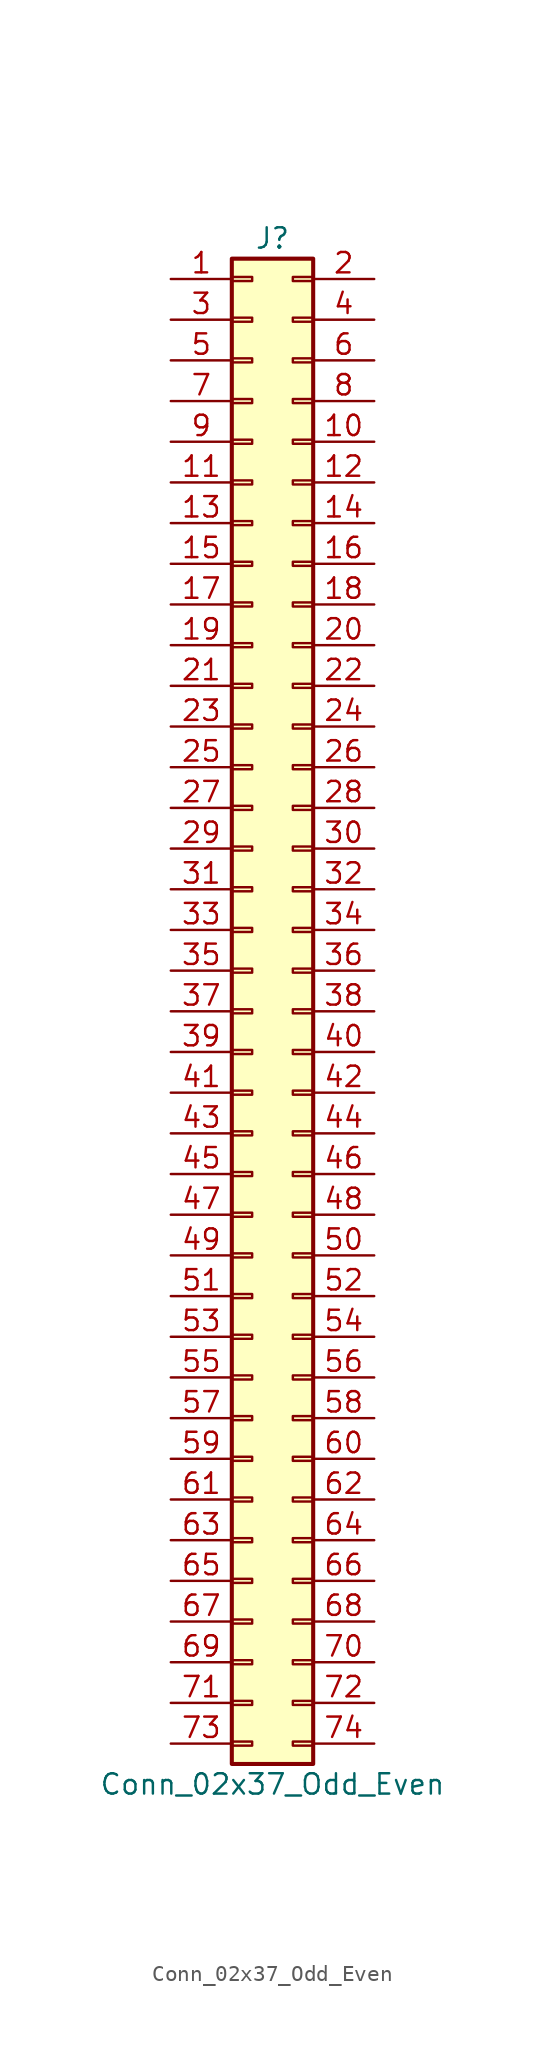
<source format=kicad_sym>
(kicad_symbol_lib
  (version 20220914)
  (generator kicad_symbol_editor)
  (symbol "Conn_02x37_Odd_Even"
    (pin_names
      (offset 1.016) hide)
    (property "Reference" "J"
      (at 1.27 48.26 0)
      (effects (font (size 1.27 1.27))))
    (property "Value" "Conn_02x37_Odd_Even"
      (at 1.27 -48.26 0)
      (effects (font (size 1.27 1.27))))
    (symbol "Conn_02x37_Odd_Even_1_1"
      (rectangle (start -1.27 -45.593) (end 0 -45.847) (stroke (width 0.152) (type default)) (fill (type none)))
      (rectangle (start -1.27 -43.053) (end 0 -43.307) (stroke (width 0.152) (type default)) (fill (type none)))
      (rectangle (start -1.27 -40.513) (end 0 -40.767) (stroke (width 0.152) (type default)) (fill (type none)))
      (rectangle (start -1.27 -37.973) (end 0 -38.227) (stroke (width 0.152) (type default)) (fill (type none)))
      (rectangle (start -1.27 -35.433) (end 0 -35.687) (stroke (width 0.152) (type default)) (fill (type none)))
      (rectangle (start -1.27 -32.893) (end 0 -33.147) (stroke (width 0.152) (type default)) (fill (type none)))
      (rectangle (start -1.27 -30.353) (end 0 -30.607) (stroke (width 0.152) (type default)) (fill (type none)))
      (rectangle (start -1.27 -27.813) (end 0 -28.067) (stroke (width 0.152) (type default)) (fill (type none)))
      (rectangle (start -1.27 -25.273) (end 0 -25.527) (stroke (width 0.152) (type default)) (fill (type none)))
      (rectangle (start -1.27 -22.733) (end 0 -22.987) (stroke (width 0.152) (type default)) (fill (type none)))
      (rectangle (start -1.27 -20.193) (end 0 -20.447) (stroke (width 0.152) (type default)) (fill (type none)))
      (rectangle (start -1.27 -17.653) (end 0 -17.907) (stroke (width 0.152) (type default)) (fill (type none)))
      (rectangle (start -1.27 -15.113) (end 0 -15.367) (stroke (width 0.152) (type default)) (fill (type none)))
      (rectangle (start -1.27 -12.573) (end 0 -12.827) (stroke (width 0.152) (type default)) (fill (type none)))
      (rectangle (start -1.27 -10.033) (end 0 -10.287) (stroke (width 0.152) (type default)) (fill (type none)))
      (rectangle (start -1.27 -7.493) (end 0 -7.747) (stroke (width 0.152) (type default)) (fill (type none)))
      (rectangle (start -1.27 -4.953) (end 0 -5.207) (stroke (width 0.152) (type default)) (fill (type none)))
      (rectangle (start -1.27 -2.413) (end 0 -2.667) (stroke (width 0.152) (type default)) (fill (type none)))
      (rectangle (start -1.27 0.127) (end 0 -0.127) (stroke (width 0.152) (type default)) (fill (type none)))
      (rectangle (start -1.27 2.667) (end 0 2.413) (stroke (width 0.152) (type default)) (fill (type none)))
      (rectangle (start -1.27 5.207) (end 0 4.953) (stroke (width 0.152) (type default)) (fill (type none)))
      (rectangle (start -1.27 7.747) (end 0 7.493) (stroke (width 0.152) (type default)) (fill (type none)))
      (rectangle (start -1.27 10.287) (end 0 10.033) (stroke (width 0.152) (type default)) (fill (type none)))
      (rectangle (start -1.27 12.827) (end 0 12.573) (stroke (width 0.152) (type default)) (fill (type none)))
      (rectangle (start -1.27 15.367) (end 0 15.113) (stroke (width 0.152) (type default)) (fill (type none)))
      (rectangle (start -1.27 17.907) (end 0 17.653) (stroke (width 0.152) (type default)) (fill (type none)))
      (rectangle (start -1.27 20.447) (end 0 20.193) (stroke (width 0.152) (type default)) (fill (type none)))
      (rectangle (start -1.27 22.987) (end 0 22.733) (stroke (width 0.152) (type default)) (fill (type none)))
      (rectangle (start -1.27 25.527) (end 0 25.273) (stroke (width 0.152) (type default)) (fill (type none)))
      (rectangle (start -1.27 28.067) (end 0 27.813) (stroke (width 0.152) (type default)) (fill (type none)))
      (rectangle (start -1.27 30.607) (end 0 30.353) (stroke (width 0.152) (type default)) (fill (type none)))
      (rectangle (start -1.27 33.147) (end 0 32.893) (stroke (width 0.152) (type default)) (fill (type none)))
      (rectangle (start -1.27 35.687) (end 0 35.433) (stroke (width 0.152) (type default)) (fill (type none)))
      (rectangle (start -1.27 38.227) (end 0 37.973) (stroke (width 0.152) (type default)) (fill (type none)))
      (rectangle (start -1.27 40.767) (end 0 40.513) (stroke (width 0.152) (type default)) (fill (type none)))
      (rectangle (start -1.27 43.307) (end 0 43.053) (stroke (width 0.152) (type default)) (fill (type none)))
      (rectangle (start -1.27 45.847) (end 0 45.593) (stroke (width 0.152) (type default)) (fill (type none)))
      (rectangle (start -1.27 46.99) (end 3.81 -46.99) (stroke (width 0.254) (type default)) (fill (type background)))
      (rectangle (start 3.81 -45.593) (end 2.54 -45.847) (stroke (width 0.152) (type default)) (fill (type none)))
      (rectangle (start 3.81 -43.053) (end 2.54 -43.307) (stroke (width 0.152) (type default)) (fill (type none)))
      (rectangle (start 3.81 -40.513) (end 2.54 -40.767) (stroke (width 0.152) (type default)) (fill (type none)))
      (rectangle (start 3.81 -37.973) (end 2.54 -38.227) (stroke (width 0.152) (type default)) (fill (type none)))
      (rectangle (start 3.81 -35.433) (end 2.54 -35.687) (stroke (width 0.152) (type default)) (fill (type none)))
      (rectangle (start 3.81 -32.893) (end 2.54 -33.147) (stroke (width 0.152) (type default)) (fill (type none)))
      (rectangle (start 3.81 -30.353) (end 2.54 -30.607) (stroke (width 0.152) (type default)) (fill (type none)))
      (rectangle (start 3.81 -27.813) (end 2.54 -28.067) (stroke (width 0.152) (type default)) (fill (type none)))
      (rectangle (start 3.81 -25.273) (end 2.54 -25.527) (stroke (width 0.152) (type default)) (fill (type none)))
      (rectangle (start 3.81 -22.733) (end 2.54 -22.987) (stroke (width 0.152) (type default)) (fill (type none)))
      (rectangle (start 3.81 -20.193) (end 2.54 -20.447) (stroke (width 0.152) (type default)) (fill (type none)))
      (rectangle (start 3.81 -17.653) (end 2.54 -17.907) (stroke (width 0.152) (type default)) (fill (type none)))
      (rectangle (start 3.81 -15.113) (end 2.54 -15.367) (stroke (width 0.152) (type default)) (fill (type none)))
      (rectangle (start 3.81 -12.573) (end 2.54 -12.827) (stroke (width 0.152) (type default)) (fill (type none)))
      (rectangle (start 3.81 -10.033) (end 2.54 -10.287) (stroke (width 0.152) (type default)) (fill (type none)))
      (rectangle (start 3.81 -7.493) (end 2.54 -7.747) (stroke (width 0.152) (type default)) (fill (type none)))
      (rectangle (start 3.81 -4.953) (end 2.54 -5.207) (stroke (width 0.152) (type default)) (fill (type none)))
      (rectangle (start 3.81 -2.413) (end 2.54 -2.667) (stroke (width 0.152) (type default)) (fill (type none)))
      (rectangle (start 3.81 0.127) (end 2.54 -0.127) (stroke (width 0.152) (type default)) (fill (type none)))
      (rectangle (start 3.81 2.667) (end 2.54 2.413) (stroke (width 0.152) (type default)) (fill (type none)))
      (rectangle (start 3.81 5.207) (end 2.54 4.953) (stroke (width 0.152) (type default)) (fill (type none)))
      (rectangle (start 3.81 7.747) (end 2.54 7.493) (stroke (width 0.152) (type default)) (fill (type none)))
      (rectangle (start 3.81 10.287) (end 2.54 10.033) (stroke (width 0.152) (type default)) (fill (type none)))
      (rectangle (start 3.81 12.827) (end 2.54 12.573) (stroke (width 0.152) (type default)) (fill (type none)))
      (rectangle (start 3.81 15.367) (end 2.54 15.113) (stroke (width 0.152) (type default)) (fill (type none)))
      (rectangle (start 3.81 17.907) (end 2.54 17.653) (stroke (width 0.152) (type default)) (fill (type none)))
      (rectangle (start 3.81 20.447) (end 2.54 20.193) (stroke (width 0.152) (type default)) (fill (type none)))
      (rectangle (start 3.81 22.987) (end 2.54 22.733) (stroke (width 0.152) (type default)) (fill (type none)))
      (rectangle (start 3.81 25.527) (end 2.54 25.273) (stroke (width 0.152) (type default)) (fill (type none)))
      (rectangle (start 3.81 28.067) (end 2.54 27.813) (stroke (width 0.152) (type default)) (fill (type none)))
      (rectangle (start 3.81 30.607) (end 2.54 30.353) (stroke (width 0.152) (type default)) (fill (type none)))
      (rectangle (start 3.81 33.147) (end 2.54 32.893) (stroke (width 0.152) (type default)) (fill (type none)))
      (rectangle (start 3.81 35.687) (end 2.54 35.433) (stroke (width 0.152) (type default)) (fill (type none)))
      (rectangle (start 3.81 38.227) (end 2.54 37.973) (stroke (width 0.152) (type default)) (fill (type none)))
      (rectangle (start 3.81 40.767) (end 2.54 40.513) (stroke (width 0.152) (type default)) (fill (type none)))
      (rectangle (start 3.81 43.307) (end 2.54 43.053) (stroke (width 0.152) (type default)) (fill (type none)))
      (rectangle (start 3.81 45.847) (end 2.54 45.593) (stroke (width 0.152) (type default)) (fill (type none)))
      (pin passive line (at -5.08 45.72 0) (length 3.81) (name "Pin_1" (effects (font (size 1.27 1.27)))) (number "1" (effects (font (size 1.27 1.27)))))
      (pin passive line (at 7.62 35.56 180) (length 3.81) (name "Pin_10" (effects (font (size 1.27 1.27)))) (number "10" (effects (font (size 1.27 1.27)))))
      (pin passive line (at -5.08 33.02 0) (length 3.81) (name "Pin_11" (effects (font (size 1.27 1.27)))) (number "11" (effects (font (size 1.27 1.27)))))
      (pin passive line (at 7.62 33.02 180) (length 3.81) (name "Pin_12" (effects (font (size 1.27 1.27)))) (number "12" (effects (font (size 1.27 1.27)))))
      (pin passive line (at -5.08 30.48 0) (length 3.81) (name "Pin_13" (effects (font (size 1.27 1.27)))) (number "13" (effects (font (size 1.27 1.27)))))
      (pin passive line (at 7.62 30.48 180) (length 3.81) (name "Pin_14" (effects (font (size 1.27 1.27)))) (number "14" (effects (font (size 1.27 1.27)))))
      (pin passive line (at -5.08 27.94 0) (length 3.81) (name "Pin_15" (effects (font (size 1.27 1.27)))) (number "15" (effects (font (size 1.27 1.27)))))
      (pin passive line (at 7.62 27.94 180) (length 3.81) (name "Pin_16" (effects (font (size 1.27 1.27)))) (number "16" (effects (font (size 1.27 1.27)))))
      (pin passive line (at -5.08 25.4 0) (length 3.81) (name "Pin_17" (effects (font (size 1.27 1.27)))) (number "17" (effects (font (size 1.27 1.27)))))
      (pin passive line (at 7.62 25.4 180) (length 3.81) (name "Pin_18" (effects (font (size 1.27 1.27)))) (number "18" (effects (font (size 1.27 1.27)))))
      (pin passive line (at -5.08 22.86 0) (length 3.81) (name "Pin_19" (effects (font (size 1.27 1.27)))) (number "19" (effects (font (size 1.27 1.27)))))
      (pin passive line (at 7.62 45.72 180) (length 3.81) (name "Pin_2" (effects (font (size 1.27 1.27)))) (number "2" (effects (font (size 1.27 1.27)))))
      (pin passive line (at 7.62 22.86 180) (length 3.81) (name "Pin_20" (effects (font (size 1.27 1.27)))) (number "20" (effects (font (size 1.27 1.27)))))
      (pin passive line (at -5.08 20.32 0) (length 3.81) (name "Pin_21" (effects (font (size 1.27 1.27)))) (number "21" (effects (font (size 1.27 1.27)))))
      (pin passive line (at 7.62 20.32 180) (length 3.81) (name "Pin_22" (effects (font (size 1.27 1.27)))) (number "22" (effects (font (size 1.27 1.27)))))
      (pin passive line (at -5.08 17.78 0) (length 3.81) (name "Pin_23" (effects (font (size 1.27 1.27)))) (number "23" (effects (font (size 1.27 1.27)))))
      (pin passive line (at 7.62 17.78 180) (length 3.81) (name "Pin_24" (effects (font (size 1.27 1.27)))) (number "24" (effects (font (size 1.27 1.27)))))
      (pin passive line (at -5.08 15.24 0) (length 3.81) (name "Pin_25" (effects (font (size 1.27 1.27)))) (number "25" (effects (font (size 1.27 1.27)))))
      (pin passive line (at 7.62 15.24 180) (length 3.81) (name "Pin_26" (effects (font (size 1.27 1.27)))) (number "26" (effects (font (size 1.27 1.27)))))
      (pin passive line (at -5.08 12.7 0) (length 3.81) (name "Pin_27" (effects (font (size 1.27 1.27)))) (number "27" (effects (font (size 1.27 1.27)))))
      (pin passive line (at 7.62 12.7 180) (length 3.81) (name "Pin_28" (effects (font (size 1.27 1.27)))) (number "28" (effects (font (size 1.27 1.27)))))
      (pin passive line (at -5.08 10.16 0) (length 3.81) (name "Pin_29" (effects (font (size 1.27 1.27)))) (number "29" (effects (font (size 1.27 1.27)))))
      (pin passive line (at -5.08 43.18 0) (length 3.81) (name "Pin_3" (effects (font (size 1.27 1.27)))) (number "3" (effects (font (size 1.27 1.27)))))
      (pin passive line (at 7.62 10.16 180) (length 3.81) (name "Pin_30" (effects (font (size 1.27 1.27)))) (number "30" (effects (font (size 1.27 1.27)))))
      (pin passive line (at -5.08 7.62 0) (length 3.81) (name "Pin_31" (effects (font (size 1.27 1.27)))) (number "31" (effects (font (size 1.27 1.27)))))
      (pin passive line (at 7.62 7.62 180) (length 3.81) (name "Pin_32" (effects (font (size 1.27 1.27)))) (number "32" (effects (font (size 1.27 1.27)))))
      (pin passive line (at -5.08 5.08 0) (length 3.81) (name "Pin_33" (effects (font (size 1.27 1.27)))) (number "33" (effects (font (size 1.27 1.27)))))
      (pin passive line (at 7.62 5.08 180) (length 3.81) (name "Pin_34" (effects (font (size 1.27 1.27)))) (number "34" (effects (font (size 1.27 1.27)))))
      (pin passive line (at -5.08 2.54 0) (length 3.81) (name "Pin_35" (effects (font (size 1.27 1.27)))) (number "35" (effects (font (size 1.27 1.27)))))
      (pin passive line (at 7.62 2.54 180) (length 3.81) (name "Pin_36" (effects (font (size 1.27 1.27)))) (number "36" (effects (font (size 1.27 1.27)))))
      (pin passive line (at -5.08 0 0) (length 3.81) (name "Pin_37" (effects (font (size 1.27 1.27)))) (number "37" (effects (font (size 1.27 1.27)))))
      (pin passive line (at 7.62 0 180) (length 3.81) (name "Pin_38" (effects (font (size 1.27 1.27)))) (number "38" (effects (font (size 1.27 1.27)))))
      (pin passive line (at -5.08 -2.54 0) (length 3.81) (name "Pin_39" (effects (font (size 1.27 1.27)))) (number "39" (effects (font (size 1.27 1.27)))))
      (pin passive line (at 7.62 43.18 180) (length 3.81) (name "Pin_4" (effects (font (size 1.27 1.27)))) (number "4" (effects (font (size 1.27 1.27)))))
      (pin passive line (at 7.62 -2.54 180) (length 3.81) (name "Pin_40" (effects (font (size 1.27 1.27)))) (number "40" (effects (font (size 1.27 1.27)))))
      (pin passive line (at -5.08 -5.08 0) (length 3.81) (name "Pin_41" (effects (font (size 1.27 1.27)))) (number "41" (effects (font (size 1.27 1.27)))))
      (pin passive line (at 7.62 -5.08 180) (length 3.81) (name "Pin_42" (effects (font (size 1.27 1.27)))) (number "42" (effects (font (size 1.27 1.27)))))
      (pin passive line (at -5.08 -7.62 0) (length 3.81) (name "Pin_43" (effects (font (size 1.27 1.27)))) (number "43" (effects (font (size 1.27 1.27)))))
      (pin passive line (at 7.62 -7.62 180) (length 3.81) (name "Pin_44" (effects (font (size 1.27 1.27)))) (number "44" (effects (font (size 1.27 1.27)))))
      (pin passive line (at -5.08 -10.16 0) (length 3.81) (name "Pin_45" (effects (font (size 1.27 1.27)))) (number "45" (effects (font (size 1.27 1.27)))))
      (pin passive line (at 7.62 -10.16 180) (length 3.81) (name "Pin_46" (effects (font (size 1.27 1.27)))) (number "46" (effects (font (size 1.27 1.27)))))
      (pin passive line (at -5.08 -12.7 0) (length 3.81) (name "Pin_47" (effects (font (size 1.27 1.27)))) (number "47" (effects (font (size 1.27 1.27)))))
      (pin passive line (at 7.62 -12.7 180) (length 3.81) (name "Pin_48" (effects (font (size 1.27 1.27)))) (number "48" (effects (font (size 1.27 1.27)))))
      (pin passive line (at -5.08 -15.24 0) (length 3.81) (name "Pin_49" (effects (font (size 1.27 1.27)))) (number "49" (effects (font (size 1.27 1.27)))))
      (pin passive line (at -5.08 40.64 0) (length 3.81) (name "Pin_5" (effects (font (size 1.27 1.27)))) (number "5" (effects (font (size 1.27 1.27)))))
      (pin passive line (at 7.62 -15.24 180) (length 3.81) (name "Pin_50" (effects (font (size 1.27 1.27)))) (number "50" (effects (font (size 1.27 1.27)))))
      (pin passive line (at -5.08 -17.78 0) (length 3.81) (name "Pin_51" (effects (font (size 1.27 1.27)))) (number "51" (effects (font (size 1.27 1.27)))))
      (pin passive line (at 7.62 -17.78 180) (length 3.81) (name "Pin_52" (effects (font (size 1.27 1.27)))) (number "52" (effects (font (size 1.27 1.27)))))
      (pin passive line (at -5.08 -20.32 0) (length 3.81) (name "Pin_53" (effects (font (size 1.27 1.27)))) (number "53" (effects (font (size 1.27 1.27)))))
      (pin passive line (at 7.62 -20.32 180) (length 3.81) (name "Pin_54" (effects (font (size 1.27 1.27)))) (number "54" (effects (font (size 1.27 1.27)))))
      (pin passive line (at -5.08 -22.86 0) (length 3.81) (name "Pin_55" (effects (font (size 1.27 1.27)))) (number "55" (effects (font (size 1.27 1.27)))))
      (pin passive line (at 7.62 -22.86 180) (length 3.81) (name "Pin_56" (effects (font (size 1.27 1.27)))) (number "56" (effects (font (size 1.27 1.27)))))
      (pin passive line (at -5.08 -25.4 0) (length 3.81) (name "Pin_57" (effects (font (size 1.27 1.27)))) (number "57" (effects (font (size 1.27 1.27)))))
      (pin passive line (at 7.62 -25.4 180) (length 3.81) (name "Pin_58" (effects (font (size 1.27 1.27)))) (number "58" (effects (font (size 1.27 1.27)))))
      (pin passive line (at -5.08 -27.94 0) (length 3.81) (name "Pin_59" (effects (font (size 1.27 1.27)))) (number "59" (effects (font (size 1.27 1.27)))))
      (pin passive line (at 7.62 40.64 180) (length 3.81) (name "Pin_6" (effects (font (size 1.27 1.27)))) (number "6" (effects (font (size 1.27 1.27)))))
      (pin passive line (at 7.62 -27.94 180) (length 3.81) (name "Pin_60" (effects (font (size 1.27 1.27)))) (number "60" (effects (font (size 1.27 1.27)))))
      (pin passive line (at -5.08 -30.48 0) (length 3.81) (name "Pin_61" (effects (font (size 1.27 1.27)))) (number "61" (effects (font (size 1.27 1.27)))))
      (pin passive line (at 7.62 -30.48 180) (length 3.81) (name "Pin_62" (effects (font (size 1.27 1.27)))) (number "62" (effects (font (size 1.27 1.27)))))
      (pin passive line (at -5.08 -33.02 0) (length 3.81) (name "Pin_63" (effects (font (size 1.27 1.27)))) (number "63" (effects (font (size 1.27 1.27)))))
      (pin passive line (at 7.62 -33.02 180) (length 3.81) (name "Pin_64" (effects (font (size 1.27 1.27)))) (number "64" (effects (font (size 1.27 1.27)))))
      (pin passive line (at -5.08 -35.56 0) (length 3.81) (name "Pin_65" (effects (font (size 1.27 1.27)))) (number "65" (effects (font (size 1.27 1.27)))))
      (pin passive line (at 7.62 -35.56 180) (length 3.81) (name "Pin_66" (effects (font (size 1.27 1.27)))) (number "66" (effects (font (size 1.27 1.27)))))
      (pin passive line (at -5.08 -38.1 0) (length 3.81) (name "Pin_67" (effects (font (size 1.27 1.27)))) (number "67" (effects (font (size 1.27 1.27)))))
      (pin passive line (at 7.62 -38.1 180) (length 3.81) (name "Pin_68" (effects (font (size 1.27 1.27)))) (number "68" (effects (font (size 1.27 1.27)))))
      (pin passive line (at -5.08 -40.64 0) (length 3.81) (name "Pin_69" (effects (font (size 1.27 1.27)))) (number "69" (effects (font (size 1.27 1.27)))))
      (pin passive line (at -5.08 38.1 0) (length 3.81) (name "Pin_7" (effects (font (size 1.27 1.27)))) (number "7" (effects (font (size 1.27 1.27)))))
      (pin passive line (at 7.62 -40.64 180) (length 3.81) (name "Pin_70" (effects (font (size 1.27 1.27)))) (number "70" (effects (font (size 1.27 1.27)))))
      (pin passive line (at -5.08 -43.18 0) (length 3.81) (name "Pin_71" (effects (font (size 1.27 1.27)))) (number "71" (effects (font (size 1.27 1.27)))))
      (pin passive line (at 7.62 -43.18 180) (length 3.81) (name "Pin_72" (effects (font (size 1.27 1.27)))) (number "72" (effects (font (size 1.27 1.27)))))
      (pin passive line (at -5.08 -45.72 0) (length 3.81) (name "Pin_73" (effects (font (size 1.27 1.27)))) (number "73" (effects (font (size 1.27 1.27)))))
      (pin passive line (at 7.62 -45.72 180) (length 3.81) (name "Pin_74" (effects (font (size 1.27 1.27)))) (number "74" (effects (font (size 1.27 1.27)))))
      (pin passive line (at 7.62 38.1 180) (length 3.81) (name "Pin_8" (effects (font (size 1.27 1.27)))) (number "8" (effects (font (size 1.27 1.27)))))
      (pin passive line (at -5.08 35.56 0) (length 3.81) (name "Pin_9" (effects (font (size 1.27 1.27)))) (number "9" (effects (font (size 1.27 1.27))))))))
</source>
